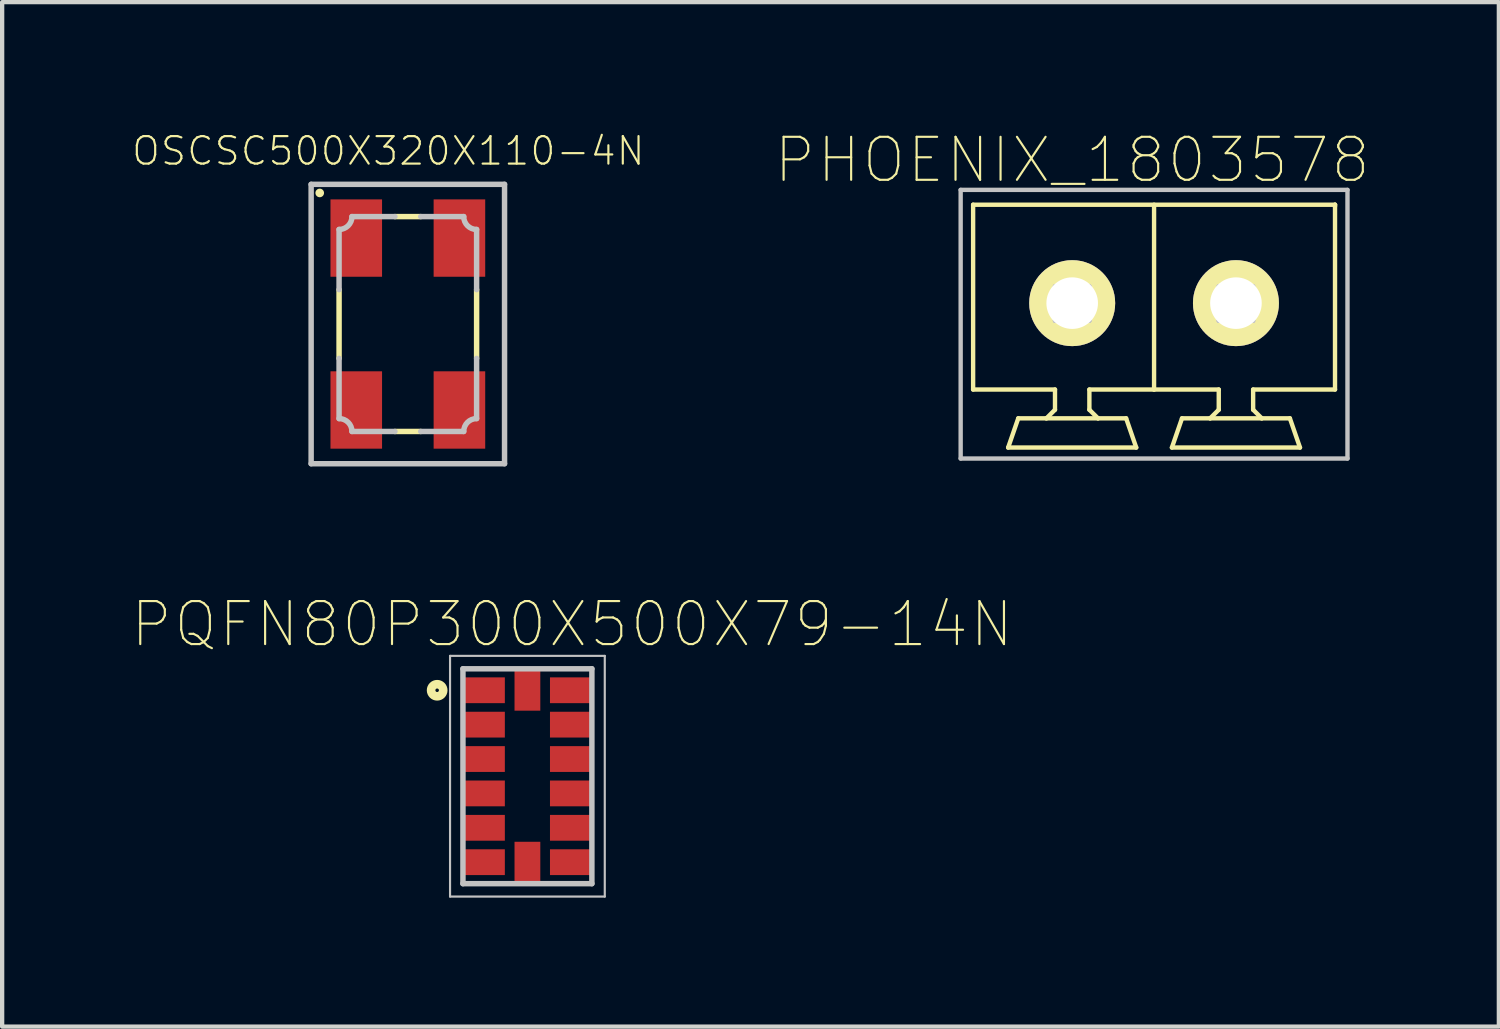
<source format=kicad_pcb>
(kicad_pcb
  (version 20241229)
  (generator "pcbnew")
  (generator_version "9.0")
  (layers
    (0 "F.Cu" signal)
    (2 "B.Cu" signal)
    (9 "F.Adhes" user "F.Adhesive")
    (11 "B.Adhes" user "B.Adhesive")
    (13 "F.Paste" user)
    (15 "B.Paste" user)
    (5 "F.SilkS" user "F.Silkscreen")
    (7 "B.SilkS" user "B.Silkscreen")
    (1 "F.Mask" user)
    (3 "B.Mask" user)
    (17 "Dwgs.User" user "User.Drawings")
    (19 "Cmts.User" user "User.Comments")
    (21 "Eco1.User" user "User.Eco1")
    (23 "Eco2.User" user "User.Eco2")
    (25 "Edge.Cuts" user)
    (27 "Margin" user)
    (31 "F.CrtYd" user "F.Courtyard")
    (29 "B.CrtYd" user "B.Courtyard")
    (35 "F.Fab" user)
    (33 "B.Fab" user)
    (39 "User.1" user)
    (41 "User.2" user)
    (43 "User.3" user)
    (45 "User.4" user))
  (footprint "PHOENIX_1803578"
    (layer "F.Cu")
    (at 23.801 3.368)
    (property "Reference" "PHOENIX_1803578" (at -1.905 -2.695 0) (layer "F.SilkS") (effects (font (size 1 1) (thickness 0.05))))
    (attr through_hole)
    (fp_line (start -4.21 -1.655) (end 4.21 -1.655) (stroke (width 0.102) (type solid)) (layer "F.SilkS"))
    (fp_line (start -4.21 2.645) (end -4.21 -1.655) (stroke (width 0.102) (type solid)) (layer "F.SilkS"))
    (fp_line (start -3.395 3.995) (end -3.16 3.315) (stroke (width 0.102) (type solid)) (layer "F.SilkS"))
    (fp_line (start -3.16 3.315) (end -2.505 3.315) (stroke (width 0.102) (type solid)) (layer "F.SilkS"))
    (fp_line (start -2.505 3.315) (end -2.305 3.115) (stroke (width 0.102) (type solid)) (layer "F.SilkS"))
    (fp_line (start -2.505 3.315) (end -1.305 3.315) (stroke (width 0.102) (type solid)) (layer "F.SilkS"))
    (fp_line (start -2.305 2.645) (end -4.21 2.645) (stroke (width 0.102) (type solid)) (layer "F.SilkS"))
    (fp_line (start -2.305 3.115) (end -2.305 2.645) (stroke (width 0.102) (type solid)) (layer "F.SilkS"))
    (fp_line (start -1.505 2.645) (end -1.505 3.115) (stroke (width 0.102) (type solid)) (layer "F.SilkS"))
    (fp_line (start -1.505 3.115) (end -1.305 3.315) (stroke (width 0.102) (type solid)) (layer "F.SilkS"))
    (fp_line (start -1.305 3.315) (end -0.65 3.315) (stroke (width 0.102) (type solid)) (layer "F.SilkS"))
    (fp_line (start -0.65 3.315) (end -0.415 3.995) (stroke (width 0.102) (type solid)) (layer "F.SilkS"))
    (fp_line (start -0.415 3.995) (end -3.395 3.995) (stroke (width 0.102) (type solid)) (layer "F.SilkS"))
    (fp_line (start 0 2.645) (end -1.505 2.645) (stroke (width 0.102) (type solid)) (layer "F.SilkS"))
    (fp_line (start 0 2.645) (end 0 -1.655) (stroke (width 0.102) (type solid)) (layer "F.SilkS"))
    (fp_line (start 0.415 3.995) (end 3.395 3.995) (stroke (width 0.102) (type solid)) (layer "F.SilkS"))
    (fp_line (start 0.65 3.315) (end 0.415 3.995) (stroke (width 0.102) (type solid)) (layer "F.SilkS"))
    (fp_line (start 1.305 3.315) (end 0.65 3.315) (stroke (width 0.102) (type solid)) (layer "F.SilkS"))
    (fp_line (start 1.305 3.315) (end 1.505 3.115) (stroke (width 0.102) (type solid)) (layer "F.SilkS"))
    (fp_line (start 1.305 3.315) (end 2.505 3.315) (stroke (width 0.102) (type solid)) (layer "F.SilkS"))
    (fp_line (start 1.505 2.645) (end 0 2.645) (stroke (width 0.102) (type solid)) (layer "F.SilkS"))
    (fp_line (start 1.505 2.645) (end 1.505 3.115) (stroke (width 0.102) (type solid)) (layer "F.SilkS"))
    (fp_line (start 2.305 2.645) (end 2.305 3.115) (stroke (width 0.102) (type solid)) (layer "F.SilkS"))
    (fp_line (start 2.305 3.115) (end 2.505 3.315) (stroke (width 0.102) (type solid)) (layer "F.SilkS"))
    (fp_line (start 2.505 3.315) (end 3.16 3.315) (stroke (width 0.102) (type solid)) (layer "F.SilkS"))
    (fp_line (start 3.16 3.315) (end 3.395 3.995) (stroke (width 0.102) (type solid)) (layer "F.SilkS"))
    (fp_line (start 4.21 -1.655) (end 4.209 -1.614) (stroke (width 0.102) (type solid)) (layer "F.SilkS"))
    (fp_line (start 4.21 2.645) (end 2.305 2.645) (stroke (width 0.102) (type solid)) (layer "F.SilkS"))
    (fp_line (start 4.21 2.645) (end 4.21 -1.655) (stroke (width 0.102) (type solid)) (layer "F.SilkS"))
    (fp_line (start -4.5 -2) (end 4.5 -2) (stroke (width 0.102) (type solid)) (layer "Dwgs.User"))
    (fp_line (start -4.5 4.25) (end -4.5 -2) (stroke (width 0.102) (type solid)) (layer "Dwgs.User"))
    (fp_line (start -2.305 0.245) (end -2.305 1.045) (stroke (width 0.102) (type solid)) (layer "Dwgs.User"))
    (fp_line (start -2.305 0.245) (end -2.037 0.513) (stroke (width 0.102) (type solid)) (layer "Dwgs.User"))
    (fp_line (start -2.305 0.245) (end -1.505 0.245) (stroke (width 0.102) (type solid)) (layer "Dwgs.User"))
    (fp_line (start -2.037 0.513) (end -2.037 0.777) (stroke (width 0.102) (type solid)) (layer "Dwgs.User"))
    (fp_line (start -2.037 0.777) (end -2.305 1.045) (stroke (width 0.102) (type solid)) (layer "Dwgs.User"))
    (fp_line (start -2.037 0.777) (end -1.773 0.777) (stroke (width 0.102) (type solid)) (layer "Dwgs.User"))
    (fp_line (start -1.773 0.513) (end -2.037 0.513) (stroke (width 0.102) (type solid)) (layer "Dwgs.User"))
    (fp_line (start -1.773 0.777) (end -1.773 0.513) (stroke (width 0.102) (type solid)) (layer "Dwgs.User"))
    (fp_line (start -1.773 0.777) (end -1.505 1.045) (stroke (width 0.102) (type solid)) (layer "Dwgs.User"))
    (fp_line (start -1.505 0.245) (end -1.773 0.513) (stroke (width 0.102) (type solid)) (layer "Dwgs.User"))
    (fp_line (start -1.505 0.245) (end -1.505 1.045) (stroke (width 0.102) (type solid)) (layer "Dwgs.User"))
    (fp_line (start -1.505 1.045) (end -2.305 1.045) (stroke (width 0.102) (type solid)) (layer "Dwgs.User"))
    (fp_line (start 1.505 1.045) (end 1.505 0.245) (stroke (width 0.102) (type solid)) (layer "Dwgs.User"))
    (fp_line (start 1.773 0.513) (end 1.505 0.245) (stroke (width 0.102) (type solid)) (layer "Dwgs.User"))
    (fp_line (start 1.773 0.513) (end 1.773 0.777) (stroke (width 0.102) (type solid)) (layer "Dwgs.User"))
    (fp_line (start 1.773 0.777) (end 1.505 1.045) (stroke (width 0.102) (type solid)) (layer "Dwgs.User"))
    (fp_line (start 1.773 0.777) (end 2.037 0.777) (stroke (width 0.102) (type solid)) (layer "Dwgs.User"))
    (fp_line (start 2.037 0.513) (end 1.773 0.513) (stroke (width 0.102) (type solid)) (layer "Dwgs.User"))
    (fp_line (start 2.037 0.777) (end 2.037 0.513) (stroke (width 0.102) (type solid)) (layer "Dwgs.User"))
    (fp_line (start 2.037 0.777) (end 2.305 1.045) (stroke (width 0.102) (type solid)) (layer "Dwgs.User"))
    (fp_line (start 2.305 0.245) (end 1.505 0.245) (stroke (width 0.102) (type solid)) (layer "Dwgs.User"))
    (fp_line (start 2.305 0.245) (end 2.037 0.513) (stroke (width 0.102) (type solid)) (layer "Dwgs.User"))
    (fp_line (start 2.305 0.245) (end 2.305 1.045) (stroke (width 0.102) (type solid)) (layer "Dwgs.User"))
    (fp_line (start 2.305 1.045) (end 1.505 1.045) (stroke (width 0.102) (type solid)) (layer "Dwgs.User"))
    (fp_line (start 4.5 -2) (end 4.5 4.25) (stroke (width 0.102) (type solid)) (layer "Dwgs.User"))
    (fp_line (start 4.5 4.25) (end -4.5 4.25) (stroke (width 0.102) (type solid)) (layer "Dwgs.User"))
    (pad "1" thru_hole circle (at -1.905 0.635) (size 2 2) (drill 1.2) (layers "*.Cu" "*.Mask" "F.SilkS"))
    (pad "2" thru_hole circle (at 1.905 0.635) (size 2 2) (drill 1.2) (layers "*.Cu" "*.Mask" "F.SilkS")))
  (footprint "PQFN80P300X500X79-14N"
    (layer "F.Cu")
    (at 9.221 15.01)
    (property "Reference" "PQFN80P300X500X79-14N" (at 1.04 -3.535 0) (layer "F.SilkS") (effects (font (size 1 1) (thickness 0.05))))
    (attr smd)
    (fp_circle (center -2.1 -2) (end -1.959 -2) (stroke (width 0.2) (type solid)) (fill no) (layer "F.SilkS"))
    (fp_line (start -1.8 -2.8) (end 1.8 -2.8) (stroke (width 0.05) (type solid)) (layer "Dwgs.User"))
    (fp_line (start -1.8 2.8) (end -1.8 -2.8) (stroke (width 0.05) (type solid)) (layer "Dwgs.User"))
    (fp_line (start -1.5 -2.5) (end 1.5 -2.5) (stroke (width 0.127) (type solid)) (layer "Dwgs.User"))
    (fp_line (start -1.5 2.5) (end -1.5 -2.5) (stroke (width 0.127) (type solid)) (layer "Dwgs.User"))
    (fp_line (start 1.5 -2.5) (end 1.5 2.5) (stroke (width 0.127) (type solid)) (layer "Dwgs.User"))
    (fp_line (start 1.5 2.5) (end -1.5 2.5) (stroke (width 0.127) (type solid)) (layer "Dwgs.User"))
    (fp_line (start 1.8 -2.8) (end 1.8 2.8) (stroke (width 0.05) (type solid)) (layer "Dwgs.User"))
    (fp_line (start 1.8 2.8) (end -1.8 2.8) (stroke (width 0.05) (type solid)) (layer "Dwgs.User"))
    (pad "1" smd rect (at -1 -2) (size 0.95 0.6) (layers "F.Cu" "F.Mask" "F.Paste"))
    (pad "2" smd rect (at -1 -1.2) (size 0.95 0.6) (layers "F.Cu" "F.Mask" "F.Paste"))
    (pad "3" smd rect (at -1 -0.4) (size 0.95 0.6) (layers "F.Cu" "F.Mask" "F.Paste"))
    (pad "4" smd rect (at -1 0.4) (size 0.95 0.6) (layers "F.Cu" "F.Mask" "F.Paste"))
    (pad "5" smd rect (at -1 1.2) (size 0.95 0.6) (layers "F.Cu" "F.Mask" "F.Paste"))
    (pad "6" smd rect (at -1 2) (size 0.95 0.6) (layers "F.Cu" "F.Mask" "F.Paste"))
    (pad "7" smd rect (at 0 2 90) (size 0.95 0.6) (layers "F.Cu" "F.Mask" "F.Paste"))
    (pad "8" smd rect (at 1 2 180) (size 0.95 0.6) (layers "F.Cu" "F.Mask" "F.Paste"))
    (pad "9" smd rect (at 1 1.2 180) (size 0.95 0.6) (layers "F.Cu" "F.Mask" "F.Paste"))
    (pad "10" smd rect (at 1 0.4 180) (size 0.95 0.6) (layers "F.Cu" "F.Mask" "F.Paste"))
    (pad "11" smd rect (at 1 -0.4 180) (size 0.95 0.6) (layers "F.Cu" "F.Mask" "F.Paste"))
    (pad "12" smd rect (at 1 -1.2 180) (size 0.95 0.6) (layers "F.Cu" "F.Mask" "F.Paste"))
    (pad "13" smd rect (at 1 -2 180) (size 0.95 0.6) (layers "F.Cu" "F.Mask" "F.Paste"))
    (pad "14" smd rect (at 0 -2 270) (size 0.95 0.6) (layers "F.Cu" "F.Mask" "F.Paste")))
  (footprint "OSCSC500X320X110-4N"
    (layer "F.Cu")
    (at 6.439 4.489)
    (property "Reference" "OSCSC500X320X110-4N" (at -0.454 -4.026 0) (layer "F.SilkS") (effects (font (size 0.64 0.64) (thickness 0.05))))
    (attr smd)
    (fp_line (start -1.6 -0.8) (end -1.6 0.8) (stroke (width 0.127) (type solid)) (layer "F.SilkS"))
    (fp_line (start 0.3 -2.5) (end -0.3 -2.5) (stroke (width 0.127) (type solid)) (layer "F.SilkS"))
    (fp_line (start 0.3 2.5) (end -0.3 2.5) (stroke (width 0.127) (type solid)) (layer "F.SilkS"))
    (fp_line (start 1.6 -0.8) (end 1.6 0.8) (stroke (width 0.127) (type solid)) (layer "F.SilkS"))
    (fp_circle (center -2.05 -3.05) (end -1.95 -3.05) (stroke (width 0) (type solid)) (fill yes) (layer "F.SilkS"))
    (fp_line (start -2.25 -3.25) (end -2.25 3.25) (stroke (width 0.127) (type solid)) (layer "Dwgs.User"))
    (fp_line (start -2.25 3.25) (end 2.25 3.25) (stroke (width 0.127) (type solid)) (layer "Dwgs.User"))
    (fp_line (start -1.6 -2.2) (end -1.6 -0.8) (stroke (width 0.127) (type solid)) (layer "Dwgs.User"))
    (fp_line (start -1.6 0.8) (end -1.6 2.2) (stroke (width 0.127) (type solid)) (layer "Dwgs.User"))
    (fp_line (start -1.3 2.5) (end -0.3 2.5) (stroke (width 0.127) (type solid)) (layer "Dwgs.User"))
    (fp_line (start -0.3 -2.5) (end -1.3 -2.5) (stroke (width 0.127) (type solid)) (layer "Dwgs.User"))
    (fp_line (start 0.3 -2.5) (end 1.3 -2.5) (stroke (width 0.127) (type solid)) (layer "Dwgs.User"))
    (fp_line (start 1.3 2.5) (end 0.3 2.5) (stroke (width 0.127) (type solid)) (layer "Dwgs.User"))
    (fp_line (start 1.6 -2.2) (end 1.6 -0.8) (stroke (width 0.127) (type solid)) (layer "Dwgs.User"))
    (fp_line (start 1.6 0.8) (end 1.6 2.2) (stroke (width 0.127) (type solid)) (layer "Dwgs.User"))
    (fp_line (start 2.25 -3.25) (end -2.25 -3.25) (stroke (width 0.127) (type solid)) (layer "Dwgs.User"))
    (fp_line (start 2.25 3.25) (end 2.25 -3.25) (stroke (width 0.127) (type solid)) (layer "Dwgs.User"))
    (fp_arc (start -1.6 2.2) (mid -1.387868 2.287868) (end -1.3 2.5) (stroke (width 0.127) (type solid)) (layer "Dwgs.User"))
    (fp_arc (start -1.3 -2.5) (mid -1.387868 -2.287868) (end -1.6 -2.2) (stroke (width 0.127) (type solid)) (layer "Dwgs.User"))
    (fp_arc (start 1.3 2.5) (mid 1.387868 2.287868) (end 1.6 2.2) (stroke (width 0.127) (type solid)) (layer "Dwgs.User"))
    (fp_arc (start 1.6 -2.2) (mid 1.387868 -2.287868) (end 1.3 -2.5) (stroke (width 0.127) (type solid)) (layer "Dwgs.User"))
    (pad "1" smd rect (at -1.2 -2 270) (size 1.8 1.2) (layers "F.Cu" "F.Mask" "F.Paste"))
    (pad "2" smd rect (at -1.2 2 270) (size 1.8 1.2) (layers "F.Cu" "F.Mask" "F.Paste"))
    (pad "3" smd rect (at 1.2 2 270) (size 1.8 1.2) (layers "F.Cu" "F.Mask" "F.Paste"))
    (pad "4" smd rect (at 1.2 -2 270) (size 1.8 1.2) (layers "F.Cu" "F.Mask" "F.Paste")))
  (gr_rect
    (start -3 -3)
    (end 31.823 20.835)
    (stroke (width 0.1) (type default))
    (fill no)
    (layer "Edge.Cuts")))
</source>
